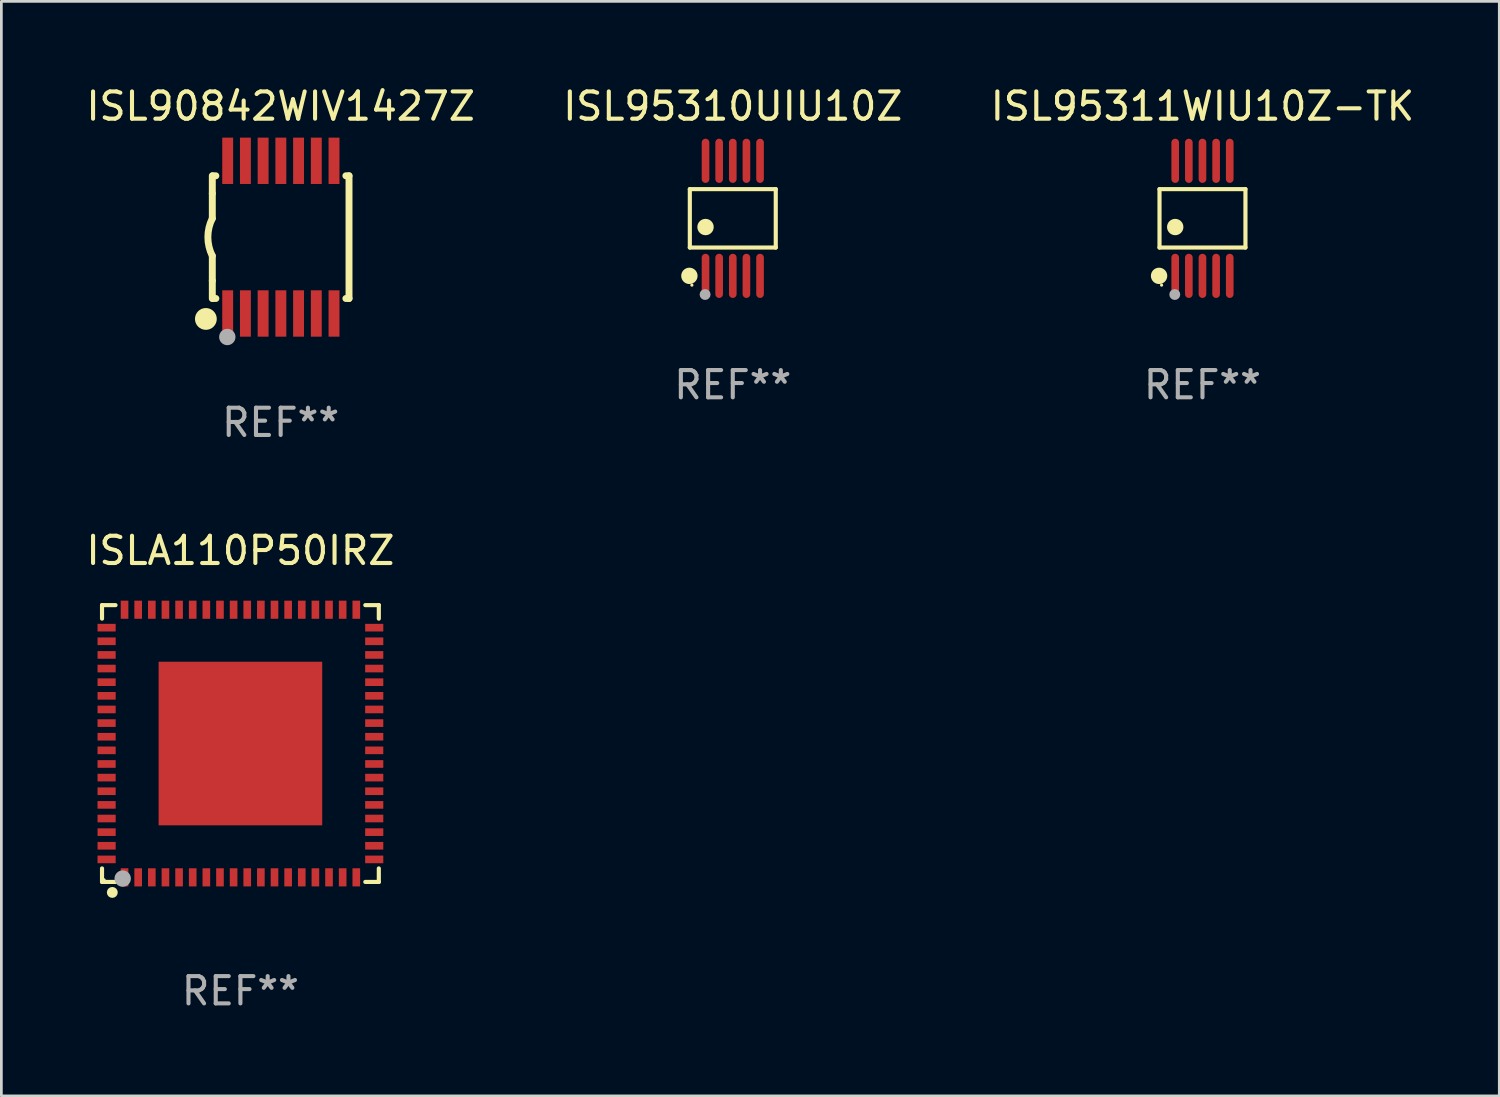
<source format=kicad_pcb>
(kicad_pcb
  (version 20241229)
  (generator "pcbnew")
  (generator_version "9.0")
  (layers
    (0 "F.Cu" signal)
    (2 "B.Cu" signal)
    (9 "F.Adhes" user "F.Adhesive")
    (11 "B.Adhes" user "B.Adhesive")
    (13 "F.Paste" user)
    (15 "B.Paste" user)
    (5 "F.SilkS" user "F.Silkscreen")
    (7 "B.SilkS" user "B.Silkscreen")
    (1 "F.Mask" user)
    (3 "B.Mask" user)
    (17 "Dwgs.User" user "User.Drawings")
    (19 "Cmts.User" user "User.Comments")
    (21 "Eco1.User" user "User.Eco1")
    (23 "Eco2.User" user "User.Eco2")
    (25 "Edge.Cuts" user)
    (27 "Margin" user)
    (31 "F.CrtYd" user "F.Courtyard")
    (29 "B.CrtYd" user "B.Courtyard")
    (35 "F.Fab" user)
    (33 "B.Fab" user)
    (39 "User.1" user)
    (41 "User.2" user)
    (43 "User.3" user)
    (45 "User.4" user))
  (footprint "ISL90842WIV1427Z"
    (layer "F.Cu")
    (at 7.244 5.648)
    (property "Reference" "ISL90842WIV1427Z" (at 0 -4.8 0) (layer "F.SilkS") (effects (font (size 1 1) (thickness 0.15))))
    (attr through_hole)
    (fp_line (start -2.507 -1.6) (end -2.507 -2.25) (stroke (width 0.254) (type solid)) (layer "F.SilkS"))
    (fp_line (start -2.507 -0.686) (end -2.507 -1.6) (stroke (width 0.254) (type solid)) (layer "F.SilkS"))
    (fp_line (start -2.507 1.6) (end -2.507 0.686) (stroke (width 0.254) (type solid)) (layer "F.SilkS"))
    (fp_line (start -2.507 1.6) (end -2.507 2.25) (stroke (width 0.254) (type solid)) (layer "F.SilkS"))
    (fp_line (start -2.493 -2.25) (end -2.377 -2.25) (stroke (width 0.254) (type solid)) (layer "F.SilkS"))
    (fp_line (start -2.377 2.25) (end -2.493 2.25) (stroke (width 0.254) (type solid)) (layer "F.SilkS"))
    (fp_line (start 2.392 -2.25) (end 2.507 -2.25) (stroke (width 0.254) (type solid)) (layer "F.SilkS"))
    (fp_line (start 2.507 -2.25) (end 2.507 2.25) (stroke (width 0.254) (type solid)) (layer "F.SilkS"))
    (fp_line (start 2.507 2.25) (end 2.392 2.25) (stroke (width 0.254) (type solid)) (layer "F.SilkS"))
    (fp_arc (start -2.507303 0.685802) (mid -2.669199 0) (end -2.507303 -0.685801) (stroke (width 0.254001) (type solid)) (layer "F.SilkS"))
    (fp_circle (center -2.743 3) (end -2.543 3) (stroke (width 0.4) (type solid)) (fill no) (layer "F.SilkS"))
    (fp_circle (center -2.493 3.2) (end -2.463 3.2) (stroke (width 0.06) (type solid)) (fill no) (layer "F.SilkS"))
    (fp_circle (center -1.957 3.662) (end -1.807 3.662) (stroke (width 0.3) (type solid)) (fill no) (layer "F.Fab"))
    (fp_text user "REF**" (at 0 6.8 0) (layer "F.Fab") (effects (font (size 1 1) (thickness 0.15))))
    (pad "1" smd rect (at -1.943 2.8) (size 0.4 1.7) (layers "F.Cu" "F.Mask" "F.Paste"))
    (pad "2" smd rect (at -1.293 2.8) (size 0.4 1.7) (layers "F.Cu" "F.Mask" "F.Paste"))
    (pad "3" smd rect (at -0.643 2.8) (size 0.4 1.7) (layers "F.Cu" "F.Mask" "F.Paste"))
    (pad "4" smd rect (at 0.007 2.8) (size 0.4 1.7) (layers "F.Cu" "F.Mask" "F.Paste"))
    (pad "5" smd rect (at 0.657 2.8) (size 0.4 1.7) (layers "F.Cu" "F.Mask" "F.Paste"))
    (pad "6" smd rect (at 1.307 2.8) (size 0.4 1.7) (layers "F.Cu" "F.Mask" "F.Paste"))
    (pad "7" smd rect (at 1.957 2.8) (size 0.4 1.7) (layers "F.Cu" "F.Mask" "F.Paste"))
    (pad "8" smd rect (at 1.957 -2.8) (size 0.4 1.7) (layers "F.Cu" "F.Mask" "F.Paste"))
    (pad "9" smd rect (at 1.307 -2.8) (size 0.4 1.7) (layers "F.Cu" "F.Mask" "F.Paste"))
    (pad "10" smd rect (at 0.657 -2.8) (size 0.4 1.7) (layers "F.Cu" "F.Mask" "F.Paste"))
    (pad "11" smd rect (at 0.007 -2.8) (size 0.4 1.7) (layers "F.Cu" "F.Mask" "F.Paste"))
    (pad "12" smd rect (at -0.643 -2.8) (size 0.4 1.7) (layers "F.Cu" "F.Mask" "F.Paste"))
    (pad "13" smd rect (at -1.293 -2.8) (size 0.4 1.7) (layers "F.Cu" "F.Mask" "F.Paste"))
    (pad "14" smd rect (at -1.943 -2.8) (size 0.4 1.7) (layers "F.Cu" "F.Mask" "F.Paste")))
  (footprint "ISLA110P50IRZ"
    (layer "F.Cu")
    (at 5.768 24.221)
    (property "Reference" "ISLA110P50IRZ" (at 0 -7.076 0) (layer "F.SilkS") (effects (font (size 1 1) (thickness 0.15))))
    (attr through_hole)
    (fp_line (start -5.076 -5.076) (end -4.581 -5.076) (stroke (width 0.152) (type solid)) (layer "F.SilkS"))
    (fp_line (start -5.076 -4.581) (end -5.076 -5.076) (stroke (width 0.152) (type solid)) (layer "F.SilkS"))
    (fp_line (start -5.076 4.581) (end -5.076 5.076) (stroke (width 0.152) (type solid)) (layer "F.SilkS"))
    (fp_line (start -5.076 5.076) (end -4.581 5.076) (stroke (width 0.152) (type solid)) (layer "F.SilkS"))
    (fp_line (start 5.076 -5.076) (end 4.581 -5.076) (stroke (width 0.152) (type solid)) (layer "F.SilkS"))
    (fp_line (start 5.076 -4.581) (end 5.076 -5.076) (stroke (width 0.152) (type solid)) (layer "F.SilkS"))
    (fp_line (start 5.076 4.581) (end 5.076 5.076) (stroke (width 0.152) (type solid)) (layer "F.SilkS"))
    (fp_line (start 5.076 5.076) (end 4.581 5.076) (stroke (width 0.152) (type solid)) (layer "F.SilkS"))
    (fp_circle (center -5 5) (end -4.97 5) (stroke (width 0.06) (type solid)) (fill no) (layer "F.SilkS"))
    (fp_circle (center -4.699 5.461) (end -4.599 5.461) (stroke (width 0.2) (type solid)) (fill no) (layer "F.SilkS"))
    (fp_circle (center -4.318 4.953) (end -4.168 4.953) (stroke (width 0.3) (type solid)) (fill no) (layer "F.Fab"))
    (fp_text user "REF**" (at 0 9.076 0) (layer "F.Fab") (effects (font (size 1 1) (thickness 0.15))))
    (pad "1" smd rect (at -4.25 4.908) (size 0.28 0.665) (layers "F.Cu" "F.Mask" "F.Paste"))
    (pad "2" smd rect (at -3.75 4.908) (size 0.28 0.665) (layers "F.Cu" "F.Mask" "F.Paste"))
    (pad "3" smd rect (at -3.25 4.908) (size 0.28 0.665) (layers "F.Cu" "F.Mask" "F.Paste"))
    (pad "4" smd rect (at -2.75 4.908) (size 0.28 0.665) (layers "F.Cu" "F.Mask" "F.Paste"))
    (pad "5" smd rect (at -2.25 4.908) (size 0.28 0.665) (layers "F.Cu" "F.Mask" "F.Paste"))
    (pad "6" smd rect (at -1.75 4.908) (size 0.28 0.665) (layers "F.Cu" "F.Mask" "F.Paste"))
    (pad "7" smd rect (at -1.25 4.908) (size 0.28 0.665) (layers "F.Cu" "F.Mask" "F.Paste"))
    (pad "8" smd rect (at -0.75 4.908) (size 0.28 0.665) (layers "F.Cu" "F.Mask" "F.Paste"))
    (pad "9" smd rect (at -0.25 4.908) (size 0.28 0.665) (layers "F.Cu" "F.Mask" "F.Paste"))
    (pad "10" smd rect (at 0.25 4.908) (size 0.28 0.665) (layers "F.Cu" "F.Mask" "F.Paste"))
    (pad "11" smd rect (at 0.75 4.908) (size 0.28 0.665) (layers "F.Cu" "F.Mask" "F.Paste"))
    (pad "12" smd rect (at 1.25 4.908) (size 0.28 0.665) (layers "F.Cu" "F.Mask" "F.Paste"))
    (pad "13" smd rect (at 1.75 4.908) (size 0.28 0.665) (layers "F.Cu" "F.Mask" "F.Paste"))
    (pad "14" smd rect (at 2.25 4.908) (size 0.28 0.665) (layers "F.Cu" "F.Mask" "F.Paste"))
    (pad "15" smd rect (at 2.75 4.908) (size 0.28 0.665) (layers "F.Cu" "F.Mask" "F.Paste"))
    (pad "16" smd rect (at 3.25 4.908) (size 0.28 0.665) (layers "F.Cu" "F.Mask" "F.Paste"))
    (pad "17" smd rect (at 3.75 4.908) (size 0.28 0.665) (layers "F.Cu" "F.Mask" "F.Paste"))
    (pad "18" smd rect (at 4.25 4.908) (size 0.28 0.665) (layers "F.Cu" "F.Mask" "F.Paste"))
    (pad "19" smd rect (at 4.908 4.25) (size 0.665 0.28) (layers "F.Cu" "F.Mask" "F.Paste"))
    (pad "20" smd rect (at 4.908 3.75) (size 0.665 0.28) (layers "F.Cu" "F.Mask" "F.Paste"))
    (pad "21" smd rect (at 4.908 3.25) (size 0.665 0.28) (layers "F.Cu" "F.Mask" "F.Paste"))
    (pad "22" smd rect (at 4.908 2.75) (size 0.665 0.28) (layers "F.Cu" "F.Mask" "F.Paste"))
    (pad "23" smd rect (at 4.908 2.25) (size 0.665 0.28) (layers "F.Cu" "F.Mask" "F.Paste"))
    (pad "24" smd rect (at 4.908 1.75) (size 0.665 0.28) (layers "F.Cu" "F.Mask" "F.Paste"))
    (pad "25" smd rect (at 4.908 1.25) (size 0.665 0.28) (layers "F.Cu" "F.Mask" "F.Paste"))
    (pad "26" smd rect (at 4.908 0.75) (size 0.665 0.28) (layers "F.Cu" "F.Mask" "F.Paste"))
    (pad "27" smd rect (at 4.908 0.25) (size 0.665 0.28) (layers "F.Cu" "F.Mask" "F.Paste"))
    (pad "28" smd rect (at 4.908 -0.25) (size 0.665 0.28) (layers "F.Cu" "F.Mask" "F.Paste"))
    (pad "29" smd rect (at 4.908 -0.75) (size 0.665 0.28) (layers "F.Cu" "F.Mask" "F.Paste"))
    (pad "30" smd rect (at 4.908 -1.25) (size 0.665 0.28) (layers "F.Cu" "F.Mask" "F.Paste"))
    (pad "31" smd rect (at 4.908 -1.75) (size 0.665 0.28) (layers "F.Cu" "F.Mask" "F.Paste"))
    (pad "32" smd rect (at 4.908 -2.25) (size 0.665 0.28) (layers "F.Cu" "F.Mask" "F.Paste"))
    (pad "33" smd rect (at 4.908 -2.75) (size 0.665 0.28) (layers "F.Cu" "F.Mask" "F.Paste"))
    (pad "34" smd rect (at 4.908 -3.25) (size 0.665 0.28) (layers "F.Cu" "F.Mask" "F.Paste"))
    (pad "35" smd rect (at 4.908 -3.75) (size 0.665 0.28) (layers "F.Cu" "F.Mask" "F.Paste"))
    (pad "36" smd rect (at 4.908 -4.25) (size 0.665 0.28) (layers "F.Cu" "F.Mask" "F.Paste"))
    (pad "37" smd rect (at 4.25 -4.908) (size 0.28 0.665) (layers "F.Cu" "F.Mask" "F.Paste"))
    (pad "38" smd rect (at 3.75 -4.908) (size 0.28 0.665) (layers "F.Cu" "F.Mask" "F.Paste"))
    (pad "39" smd rect (at 3.25 -4.908) (size 0.28 0.665) (layers "F.Cu" "F.Mask" "F.Paste"))
    (pad "40" smd rect (at 2.75 -4.908) (size 0.28 0.665) (layers "F.Cu" "F.Mask" "F.Paste"))
    (pad "41" smd rect (at 2.25 -4.908) (size 0.28 0.665) (layers "F.Cu" "F.Mask" "F.Paste"))
    (pad "42" smd rect (at 1.75 -4.908) (size 0.28 0.665) (layers "F.Cu" "F.Mask" "F.Paste"))
    (pad "43" smd rect (at 1.25 -4.908) (size 0.28 0.665) (layers "F.Cu" "F.Mask" "F.Paste"))
    (pad "44" smd rect (at 0.75 -4.908) (size 0.28 0.665) (layers "F.Cu" "F.Mask" "F.Paste"))
    (pad "45" smd rect (at 0.25 -4.908) (size 0.28 0.665) (layers "F.Cu" "F.Mask" "F.Paste"))
    (pad "46" smd rect (at -0.25 -4.908) (size 0.28 0.665) (layers "F.Cu" "F.Mask" "F.Paste"))
    (pad "47" smd rect (at -0.75 -4.908) (size 0.28 0.665) (layers "F.Cu" "F.Mask" "F.Paste"))
    (pad "48" smd rect (at -1.25 -4.908) (size 0.28 0.665) (layers "F.Cu" "F.Mask" "F.Paste"))
    (pad "49" smd rect (at -1.75 -4.908) (size 0.28 0.665) (layers "F.Cu" "F.Mask" "F.Paste"))
    (pad "50" smd rect (at -2.25 -4.908) (size 0.28 0.665) (layers "F.Cu" "F.Mask" "F.Paste"))
    (pad "51" smd rect (at -2.75 -4.908) (size 0.28 0.665) (layers "F.Cu" "F.Mask" "F.Paste"))
    (pad "52" smd rect (at -3.25 -4.908) (size 0.28 0.665) (layers "F.Cu" "F.Mask" "F.Paste"))
    (pad "53" smd rect (at -3.75 -4.908) (size 0.28 0.665) (layers "F.Cu" "F.Mask" "F.Paste"))
    (pad "54" smd rect (at -4.25 -4.908) (size 0.28 0.665) (layers "F.Cu" "F.Mask" "F.Paste"))
    (pad "55" smd rect (at -4.908 -4.25) (size 0.665 0.28) (layers "F.Cu" "F.Mask" "F.Paste"))
    (pad "56" smd rect (at -4.908 -3.75) (size 0.665 0.28) (layers "F.Cu" "F.Mask" "F.Paste"))
    (pad "57" smd rect (at -4.908 -3.25) (size 0.665 0.28) (layers "F.Cu" "F.Mask" "F.Paste"))
    (pad "58" smd rect (at -4.908 -2.75) (size 0.665 0.28) (layers "F.Cu" "F.Mask" "F.Paste"))
    (pad "59" smd rect (at -4.908 -2.25) (size 0.665 0.28) (layers "F.Cu" "F.Mask" "F.Paste"))
    (pad "60" smd rect (at -4.908 -1.75) (size 0.665 0.28) (layers "F.Cu" "F.Mask" "F.Paste"))
    (pad "61" smd rect (at -4.908 -1.25) (size 0.665 0.28) (layers "F.Cu" "F.Mask" "F.Paste"))
    (pad "62" smd rect (at -4.908 -0.75) (size 0.665 0.28) (layers "F.Cu" "F.Mask" "F.Paste"))
    (pad "63" smd rect (at -4.908 -0.25) (size 0.665 0.28) (layers "F.Cu" "F.Mask" "F.Paste"))
    (pad "64" smd rect (at -4.908 0.25) (size 0.665 0.28) (layers "F.Cu" "F.Mask" "F.Paste"))
    (pad "65" smd rect (at -4.908 0.75) (size 0.665 0.28) (layers "F.Cu" "F.Mask" "F.Paste"))
    (pad "66" smd rect (at -4.908 1.25) (size 0.665 0.28) (layers "F.Cu" "F.Mask" "F.Paste"))
    (pad "67" smd rect (at -4.908 1.75) (size 0.665 0.28) (layers "F.Cu" "F.Mask" "F.Paste"))
    (pad "68" smd rect (at -4.908 2.25) (size 0.665 0.28) (layers "F.Cu" "F.Mask" "F.Paste"))
    (pad "69" smd rect (at -4.908 2.75) (size 0.665 0.28) (layers "F.Cu" "F.Mask" "F.Paste"))
    (pad "70" smd rect (at -4.908 3.25) (size 0.665 0.28) (layers "F.Cu" "F.Mask" "F.Paste"))
    (pad "71" smd rect (at -4.908 3.75) (size 0.665 0.28) (layers "F.Cu" "F.Mask" "F.Paste"))
    (pad "72" smd rect (at -4.908 4.25) (size 0.665 0.28) (layers "F.Cu" "F.Mask" "F.Paste"))
    (pad "73" smd rect (at 0 0) (size 6 6) (layers "F.Cu" "F.Mask" "F.Paste")))
  (footprint "ISL95311WIU10Z-TK"
    (layer "F.Cu")
    (at 41.054 4.958)
    (property "Reference" "ISL95311WIU10Z-TK" (at 0 -4.11 0) (layer "F.SilkS") (effects (font (size 1 1) (thickness 0.15))))
    (attr through_hole)
    (fp_line (start -1.576 -1.071) (end 1.576 -1.071) (stroke (width 0.152) (type solid)) (layer "F.SilkS"))
    (fp_line (start -1.576 1.071) (end -1.576 -1.071) (stroke (width 0.152) (type solid)) (layer "F.SilkS"))
    (fp_line (start 1.576 -1.071) (end 1.576 1.071) (stroke (width 0.152) (type solid)) (layer "F.SilkS"))
    (fp_line (start 1.576 1.071) (end -1.576 1.071) (stroke (width 0.152) (type solid)) (layer "F.SilkS"))
    (fp_circle (center -1.592 2.11) (end -1.442 2.11) (stroke (width 0.3) (type solid)) (fill no) (layer "F.SilkS"))
    (fp_circle (center -1.5 2.45) (end -1.47 2.45) (stroke (width 0.06) (type solid)) (fill no) (layer "F.SilkS"))
    (fp_circle (center -1 0.319) (end -0.85 0.319) (stroke (width 0.3) (type solid)) (fill no) (layer "F.SilkS"))
    (fp_circle (center -1.016 2.794) (end -0.916 2.794) (stroke (width 0.2) (type solid)) (fill no) (layer "F.Fab"))
    (fp_text user "REF**" (at 0 6.11 0) (layer "F.Fab") (effects (font (size 1 1) (thickness 0.15))))
    (pad "1" smd oval (at -1 2.11) (size 0.28 1.62) (layers "F.Cu" "F.Mask" "F.Paste"))
    (pad "2" smd oval (at -0.5 2.11) (size 0.28 1.62) (layers "F.Cu" "F.Mask" "F.Paste"))
    (pad "3" smd oval (at 0 2.11) (size 0.28 1.62) (layers "F.Cu" "F.Mask" "F.Paste"))
    (pad "4" smd oval (at 0.5 2.11) (size 0.28 1.62) (layers "F.Cu" "F.Mask" "F.Paste"))
    (pad "5" smd oval (at 1 2.11) (size 0.28 1.62) (layers "F.Cu" "F.Mask" "F.Paste"))
    (pad "6" smd oval (at 1 -2.11) (size 0.28 1.62) (layers "F.Cu" "F.Mask" "F.Paste"))
    (pad "7" smd oval (at 0.5 -2.11) (size 0.28 1.62) (layers "F.Cu" "F.Mask" "F.Paste"))
    (pad "8" smd oval (at 0 -2.11) (size 0.28 1.62) (layers "F.Cu" "F.Mask" "F.Paste"))
    (pad "9" smd oval (at -0.5 -2.11) (size 0.28 1.62) (layers "F.Cu" "F.Mask" "F.Paste"))
    (pad "10" smd oval (at -1 -2.11) (size 0.28 1.62) (layers "F.Cu" "F.Mask" "F.Paste")))
  (footprint "ISL95310UIU10Z"
    (layer "F.Cu")
    (at 23.827 4.958)
    (property "Reference" "ISL95310UIU10Z" (at 0 -4.11 0) (layer "F.SilkS") (effects (font (size 1 1) (thickness 0.15))))
    (attr through_hole)
    (fp_line (start -1.576 -1.071) (end 1.576 -1.071) (stroke (width 0.152) (type solid)) (layer "F.SilkS"))
    (fp_line (start -1.576 1.071) (end -1.576 -1.071) (stroke (width 0.152) (type solid)) (layer "F.SilkS"))
    (fp_line (start 1.576 -1.071) (end 1.576 1.071) (stroke (width 0.152) (type solid)) (layer "F.SilkS"))
    (fp_line (start 1.576 1.071) (end -1.576 1.071) (stroke (width 0.152) (type solid)) (layer "F.SilkS"))
    (fp_circle (center -1.592 2.11) (end -1.442 2.11) (stroke (width 0.3) (type solid)) (fill no) (layer "F.SilkS"))
    (fp_circle (center -1.5 2.45) (end -1.47 2.45) (stroke (width 0.06) (type solid)) (fill no) (layer "F.SilkS"))
    (fp_circle (center -1 0.319) (end -0.85 0.319) (stroke (width 0.3) (type solid)) (fill no) (layer "F.SilkS"))
    (fp_circle (center -1.016 2.794) (end -0.916 2.794) (stroke (width 0.2) (type solid)) (fill no) (layer "F.Fab"))
    (fp_text user "REF**" (at 0 6.11 0) (layer "F.Fab") (effects (font (size 1 1) (thickness 0.15))))
    (pad "1" smd oval (at -1 2.11) (size 0.28 1.62) (layers "F.Cu" "F.Mask" "F.Paste"))
    (pad "2" smd oval (at -0.5 2.11) (size 0.28 1.62) (layers "F.Cu" "F.Mask" "F.Paste"))
    (pad "3" smd oval (at 0 2.11) (size 0.28 1.62) (layers "F.Cu" "F.Mask" "F.Paste"))
    (pad "4" smd oval (at 0.5 2.11) (size 0.28 1.62) (layers "F.Cu" "F.Mask" "F.Paste"))
    (pad "5" smd oval (at 1 2.11) (size 0.28 1.62) (layers "F.Cu" "F.Mask" "F.Paste"))
    (pad "6" smd oval (at 1 -2.11) (size 0.28 1.62) (layers "F.Cu" "F.Mask" "F.Paste"))
    (pad "7" smd oval (at 0.5 -2.11) (size 0.28 1.62) (layers "F.Cu" "F.Mask" "F.Paste"))
    (pad "8" smd oval (at 0 -2.11) (size 0.28 1.62) (layers "F.Cu" "F.Mask" "F.Paste"))
    (pad "9" smd oval (at -0.5 -2.11) (size 0.28 1.62) (layers "F.Cu" "F.Mask" "F.Paste"))
    (pad "10" smd oval (at -1 -2.11) (size 0.28 1.62) (layers "F.Cu" "F.Mask" "F.Paste")))
  (gr_rect
    (start -3 -3)
    (end 51.94 37.146)
    (stroke (width 0.1) (type default))
    (fill no)
    (layer "Edge.Cuts")))
</source>
